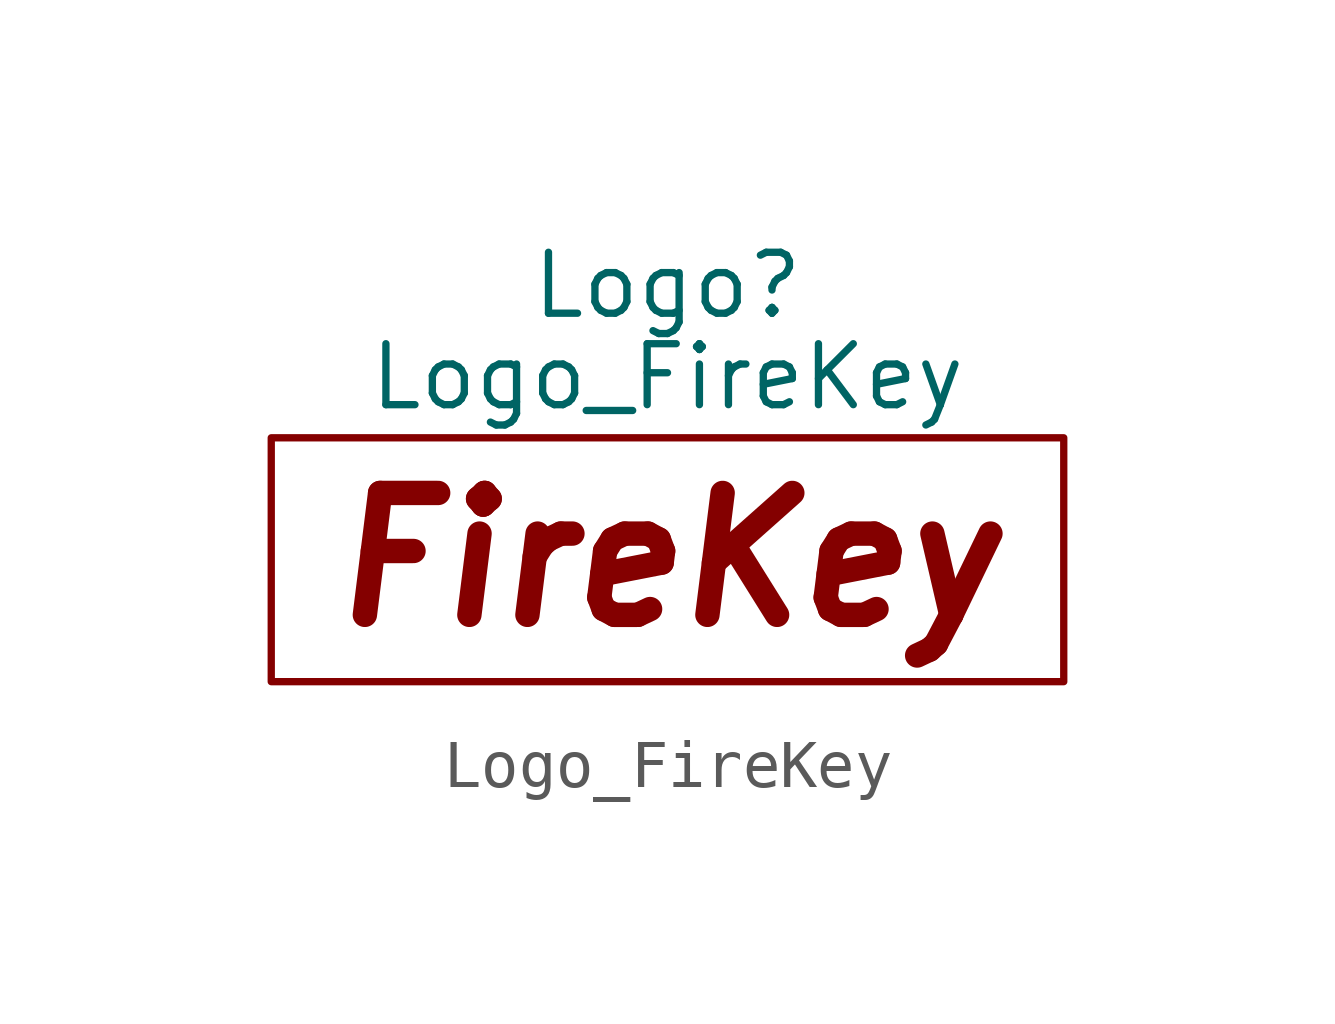
<source format=kicad_sym>
(kicad_symbol_lib
  (version 20211014)
  (generator kicad_symbol_editor)
  (symbol "Logo_FireKey"
    (pin_numbers hide)
    (pin_names hide)
    (property "Reference" "Logo"
      (at 0 3.175 0)
      (effects (font (size 1.27 1.27))))
    (property "Value" "Logo_FireKey"
      (at 0 1.27 0)
      (effects (font (size 1.27 1.27))))
    (symbol "Logo_FireKey_0_0"
      (text "FireKey" (at 0 -2.54 0) (effects (font (size 2.54 2.54) bold italic))))
    (symbol "Logo_FireKey_0_1"
      (rectangle (start -8.255 0) (end 8.255 -5.08) (stroke (width 0) (type default) (color 0 0 0 0)) (fill (type none))))))
</source>
